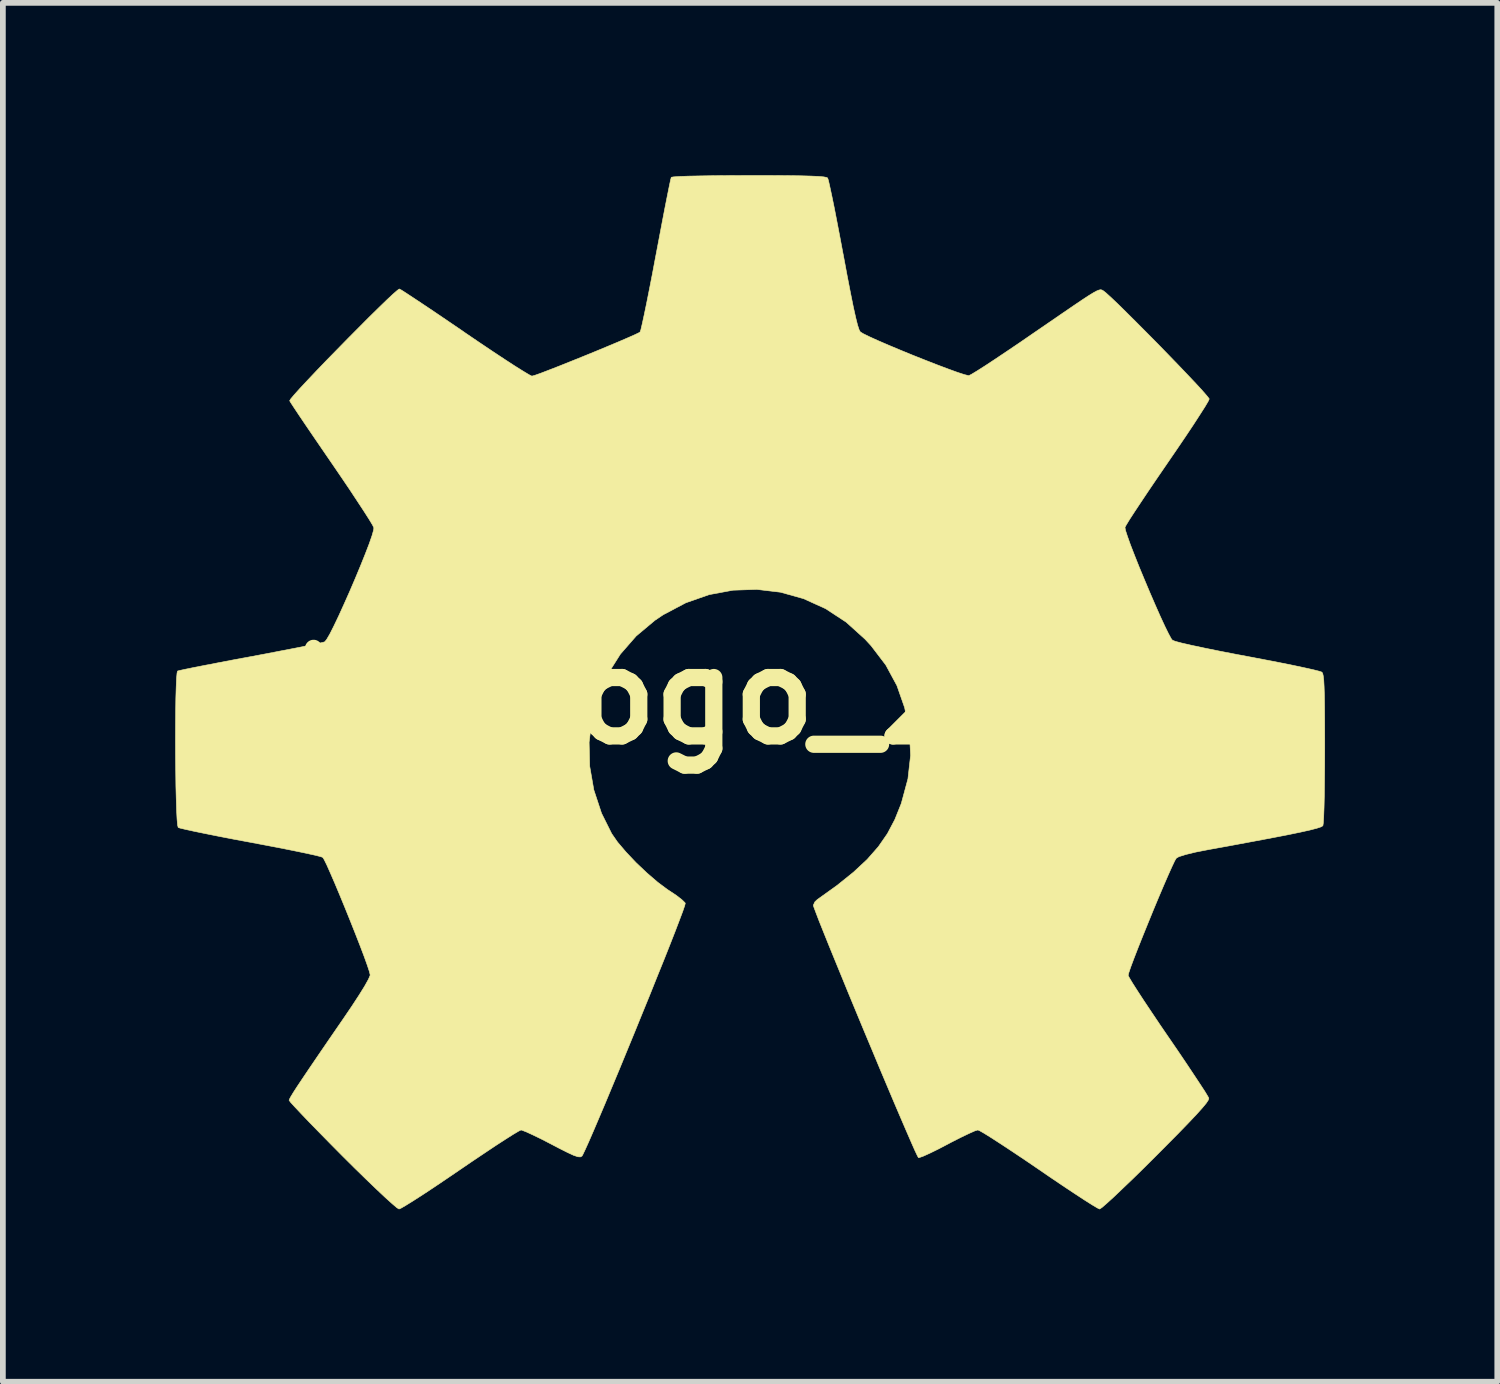
<source format=kicad_pcb>
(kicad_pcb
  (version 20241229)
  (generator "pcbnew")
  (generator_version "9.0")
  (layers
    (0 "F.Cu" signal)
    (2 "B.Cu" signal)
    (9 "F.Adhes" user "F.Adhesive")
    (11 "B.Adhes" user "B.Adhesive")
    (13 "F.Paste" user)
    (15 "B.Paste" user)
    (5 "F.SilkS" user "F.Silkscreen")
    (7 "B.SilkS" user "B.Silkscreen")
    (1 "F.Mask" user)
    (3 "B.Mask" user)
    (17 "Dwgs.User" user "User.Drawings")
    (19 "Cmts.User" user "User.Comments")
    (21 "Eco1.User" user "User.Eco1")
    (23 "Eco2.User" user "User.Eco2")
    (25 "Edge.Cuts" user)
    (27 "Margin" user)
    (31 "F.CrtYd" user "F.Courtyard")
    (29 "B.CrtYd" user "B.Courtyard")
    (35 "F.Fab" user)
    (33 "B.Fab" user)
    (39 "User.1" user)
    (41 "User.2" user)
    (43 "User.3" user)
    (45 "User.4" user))
  (footprint "ohw_logo_21mm"
    (layer "F.Cu")
    (at 9.956 9.071)
    (property "Reference" "ohw_logo_21mm" (at 0 0 0) (layer "F.SilkS") (effects (font (size 1.524 1.524) (thickness 0.3))))
    (attr through_hole)
    (fp_poly (pts (xy 0.395 -9.066) (xy 0.691 -9.064) (xy 0.928 -9.061) (xy 1.11 -9.056) (xy 1.243 -9.05) (xy 1.333 -9.042) (xy 1.384 -9.032) (xy 1.401 -9.022) (xy 1.415 -8.979) (xy 1.439 -8.873) (xy 1.473 -8.715) (xy 1.515 -8.511) (xy 1.562 -8.269) (xy 1.614 -7.998) (xy 1.669 -7.705) (xy 1.672 -7.691) (xy 1.741 -7.321) (xy 1.8 -7.017) (xy 1.849 -6.774) (xy 1.89 -6.59) (xy 1.923 -6.459) (xy 1.95 -6.378) (xy 1.969 -6.344) (xy 2.021 -6.312) (xy 2.127 -6.26) (xy 2.277 -6.192) (xy 2.46 -6.113) (xy 2.665 -6.027) (xy 2.882 -5.938) (xy 3.101 -5.851) (xy 3.311 -5.769) (xy 3.502 -5.697) (xy 3.662 -5.639) (xy 3.782 -5.6) (xy 3.851 -5.583) (xy 3.861 -5.583) (xy 3.906 -5.606) (xy 4.002 -5.664) (xy 4.142 -5.753) (xy 4.318 -5.869) (xy 4.524 -6.007) (xy 4.752 -6.161) (xy 4.967 -6.309) (xy 5.257 -6.508) (xy 5.493 -6.67) (xy 5.683 -6.8) (xy 5.831 -6.9) (xy 5.944 -6.974) (xy 6.027 -7.025) (xy 6.086 -7.057) (xy 6.127 -7.073) (xy 6.154 -7.078) (xy 6.175 -7.073) (xy 6.193 -7.063) (xy 6.2 -7.059) (xy 6.248 -7.021) (xy 6.336 -6.941) (xy 6.457 -6.826) (xy 6.604 -6.681) (xy 6.771 -6.515) (xy 6.951 -6.334) (xy 7.137 -6.146) (xy 7.322 -5.956) (xy 7.5 -5.772) (xy 7.663 -5.601) (xy 7.806 -5.45) (xy 7.921 -5.325) (xy 8.001 -5.233) (xy 8.041 -5.182) (xy 8.043 -5.175) (xy 8.024 -5.133) (xy 7.969 -5.04) (xy 7.882 -4.904) (xy 7.769 -4.729) (xy 7.633 -4.525) (xy 7.479 -4.298) (xy 7.32 -4.066) (xy 7.153 -3.822) (xy 6.998 -3.594) (xy 6.861 -3.389) (xy 6.745 -3.214) (xy 6.656 -3.077) (xy 6.599 -2.983) (xy 6.577 -2.942) (xy 6.585 -2.891) (xy 6.619 -2.787) (xy 6.672 -2.638) (xy 6.743 -2.455) (xy 6.825 -2.249) (xy 6.916 -2.03) (xy 7.01 -1.807) (xy 7.103 -1.592) (xy 7.191 -1.393) (xy 7.27 -1.222) (xy 7.336 -1.088) (xy 7.383 -1.002) (xy 7.403 -0.977) (xy 7.452 -0.957) (xy 7.565 -0.927) (xy 7.735 -0.888) (xy 7.956 -0.841) (xy 8.222 -0.787) (xy 8.526 -0.728) (xy 8.708 -0.694) (xy 8.997 -0.639) (xy 9.265 -0.587) (xy 9.504 -0.539) (xy 9.705 -0.496) (xy 9.862 -0.461) (xy 9.964 -0.435) (xy 10.004 -0.421) (xy 10.018 -0.4) (xy 10.028 -0.356) (xy 10.037 -0.283) (xy 10.043 -0.174) (xy 10.048 -0.024) (xy 10.051 0.175) (xy 10.053 0.428) (xy 10.054 0.742) (xy 10.054 0.913) (xy 10.053 1.209) (xy 10.05 1.484) (xy 10.047 1.73) (xy 10.042 1.938) (xy 10.036 2.1) (xy 10.029 2.208) (xy 10.022 2.253) (xy 10.022 2.253) (xy 9.992 2.272) (xy 9.919 2.296) (xy 9.8 2.327) (xy 9.63 2.365) (xy 9.408 2.411) (xy 9.129 2.465) (xy 8.789 2.529) (xy 8.386 2.604) (xy 8.043 2.666) (xy 7.812 2.711) (xy 7.635 2.754) (xy 7.517 2.791) (xy 7.471 2.817) (xy 7.444 2.862) (xy 7.396 2.963) (xy 7.33 3.11) (xy 7.251 3.292) (xy 7.163 3.499) (xy 7.07 3.722) (xy 6.977 3.95) (xy 6.887 4.172) (xy 6.804 4.38) (xy 6.733 4.563) (xy 6.678 4.71) (xy 6.643 4.813) (xy 6.632 4.858) (xy 6.652 4.898) (xy 6.707 4.99) (xy 6.793 5.125) (xy 6.905 5.297) (xy 7.04 5.499) (xy 7.191 5.724) (xy 7.325 5.92) (xy 7.489 6.159) (xy 7.639 6.381) (xy 7.772 6.581) (xy 7.883 6.749) (xy 7.968 6.879) (xy 8.02 6.965) (xy 8.036 6.996) (xy 8.028 7.027) (xy 7.993 7.081) (xy 7.925 7.163) (xy 7.823 7.277) (xy 7.682 7.426) (xy 7.5 7.614) (xy 7.271 7.845) (xy 7.123 7.994) (xy 6.911 8.205) (xy 6.713 8.399) (xy 6.534 8.57) (xy 6.382 8.715) (xy 6.261 8.825) (xy 6.178 8.897) (xy 6.137 8.925) (xy 6.136 8.925) (xy 6.095 8.906) (xy 6.003 8.851) (xy 5.867 8.765) (xy 5.695 8.652) (xy 5.493 8.518) (xy 5.268 8.366) (xy 5.08 8.237) (xy 4.842 8.075) (xy 4.621 7.927) (xy 4.424 7.797) (xy 4.257 7.689) (xy 4.129 7.609) (xy 4.045 7.561) (xy 4.016 7.549) (xy 3.963 7.565) (xy 3.862 7.61) (xy 3.724 7.676) (xy 3.562 7.758) (xy 3.487 7.798) (xy 3.322 7.884) (xy 3.177 7.955) (xy 3.064 8.006) (xy 2.995 8.03) (xy 2.982 8.031) (xy 2.963 7.997) (xy 2.919 7.904) (xy 2.855 7.759) (xy 2.772 7.568) (xy 2.673 7.338) (xy 2.561 7.076) (xy 2.439 6.787) (xy 2.309 6.479) (xy 2.175 6.157) (xy 2.038 5.83) (xy 1.902 5.502) (xy 1.769 5.181) (xy 1.643 4.873) (xy 1.525 4.585) (xy 1.418 4.323) (xy 1.326 4.094) (xy 1.25 3.904) (xy 1.195 3.76) (xy 1.161 3.669) (xy 1.152 3.637) (xy 1.179 3.578) (xy 1.22 3.539) (xy 1.566 3.291) (xy 1.853 3.06) (xy 2.09 2.839) (xy 2.284 2.618) (xy 2.442 2.39) (xy 2.571 2.145) (xy 2.679 1.876) (xy 2.686 1.855) (xy 2.799 1.437) (xy 2.845 1.029) (xy 2.825 0.627) (xy 2.742 0.199) (xy 2.607 -0.187) (xy 2.414 -0.544) (xy 2.158 -0.88) (xy 2.053 -0.994) (xy 1.724 -1.291) (xy 1.365 -1.526) (xy 0.981 -1.7) (xy 0.581 -1.812) (xy 0.169 -1.861) (xy -0.247 -1.847) (xy -0.661 -1.77) (xy -1.067 -1.628) (xy -1.459 -1.421) (xy -1.605 -1.323) (xy -1.932 -1.049) (xy -2.207 -0.734) (xy -2.428 -0.384) (xy -2.593 -0.007) (xy -2.701 0.39) (xy -2.751 0.8) (xy -2.741 1.216) (xy -2.669 1.63) (xy -2.535 2.036) (xy -2.358 2.391) (xy -2.256 2.538) (xy -2.109 2.711) (xy -1.935 2.895) (xy -1.746 3.074) (xy -1.559 3.235) (xy -1.388 3.363) (xy -1.351 3.387) (xy -1.232 3.466) (xy -1.138 3.539) (xy -1.083 3.592) (xy -1.077 3.603) (xy -1.087 3.644) (xy -1.121 3.743) (xy -1.178 3.894) (xy -1.253 4.091) (xy -1.345 4.326) (xy -1.451 4.593) (xy -1.569 4.885) (xy -1.694 5.197) (xy -1.826 5.52) (xy -1.96 5.85) (xy -2.095 6.178) (xy -2.227 6.499) (xy -2.355 6.806) (xy -2.474 7.092) (xy -2.584 7.351) (xy -2.68 7.576) (xy -2.76 7.76) (xy -2.822 7.897) (xy -2.862 7.981) (xy -2.876 8.004) (xy -2.903 8.018) (xy -2.947 8.015) (xy -3.019 7.991) (xy -3.127 7.941) (xy -3.282 7.863) (xy -3.4 7.801) (xy -3.57 7.713) (xy -3.722 7.639) (xy -3.841 7.584) (xy -3.918 7.554) (xy -3.936 7.549) (xy -3.977 7.569) (xy -4.07 7.624) (xy -4.206 7.71) (xy -4.379 7.822) (xy -4.581 7.957) (xy -4.806 8.108) (xy -4.995 8.237) (xy -5.233 8.399) (xy -5.454 8.548) (xy -5.651 8.678) (xy -5.818 8.785) (xy -5.947 8.865) (xy -6.03 8.913) (xy -6.06 8.925) (xy -6.099 8.901) (xy -6.181 8.831) (xy -6.302 8.722) (xy -6.455 8.578) (xy -6.635 8.405) (xy -6.837 8.208) (xy -7.048 7.998) (xy -7.257 7.787) (xy -7.45 7.59) (xy -7.621 7.415) (xy -7.764 7.265) (xy -7.874 7.148) (xy -7.946 7.069) (xy -7.973 7.033) (xy -7.973 7.032) (xy -7.966 7.011) (xy -7.943 6.968) (xy -7.902 6.9) (xy -7.839 6.802) (xy -7.751 6.67) (xy -7.636 6.499) (xy -7.49 6.284) (xy -7.311 6.022) (xy -7.095 5.708) (xy -7.031 5.615) (xy -6.881 5.394) (xy -6.755 5.201) (xy -6.657 5.043) (xy -6.592 4.926) (xy -6.563 4.858) (xy -6.562 4.85) (xy -6.575 4.794) (xy -6.611 4.685) (xy -6.666 4.531) (xy -6.737 4.344) (xy -6.819 4.134) (xy -6.908 3.91) (xy -7 3.682) (xy -7.091 3.461) (xy -7.177 3.256) (xy -7.254 3.078) (xy -7.317 2.936) (xy -7.364 2.841) (xy -7.388 2.803) (xy -7.434 2.788) (xy -7.54 2.762) (xy -7.7 2.727) (xy -7.903 2.685) (xy -8.143 2.637) (xy -8.411 2.586) (xy -8.649 2.541) (xy -8.934 2.488) (xy -9.197 2.437) (xy -9.431 2.39) (xy -9.626 2.35) (xy -9.776 2.317) (xy -9.872 2.294) (xy -9.904 2.283) (xy -9.915 2.241) (xy -9.924 2.138) (xy -9.932 1.984) (xy -9.938 1.787) (xy -9.944 1.559) (xy -9.947 1.307) (xy -9.95 1.041) (xy -9.951 0.772) (xy -9.95 0.507) (xy -9.948 0.257) (xy -9.945 0.032) (xy -9.939 -0.16) (xy -9.933 -0.309) (xy -9.924 -0.406) (xy -9.915 -0.44) (xy -9.873 -0.451) (xy -9.771 -0.473) (xy -9.615 -0.505) (xy -9.414 -0.544) (xy -9.176 -0.59) (xy -8.909 -0.641) (xy -8.654 -0.688) (xy -8.366 -0.742) (xy -8.098 -0.794) (xy -7.858 -0.84) (xy -7.655 -0.881) (xy -7.498 -0.914) (xy -7.394 -0.937) (xy -7.354 -0.948) (xy -7.32 -0.989) (xy -7.264 -1.085) (xy -7.192 -1.228) (xy -7.107 -1.406) (xy -7.015 -1.609) (xy -6.918 -1.827) (xy -6.822 -2.051) (xy -6.731 -2.27) (xy -6.649 -2.474) (xy -6.58 -2.653) (xy -6.53 -2.797) (xy -6.502 -2.896) (xy -6.498 -2.934) (xy -6.521 -2.982) (xy -6.58 -3.08) (xy -6.67 -3.221) (xy -6.787 -3.399) (xy -6.924 -3.607) (xy -7.079 -3.836) (xy -7.23 -4.057) (xy -7.396 -4.299) (xy -7.549 -4.523) (xy -7.686 -4.724) (xy -7.8 -4.893) (xy -7.887 -5.024) (xy -7.944 -5.111) (xy -7.964 -5.145) (xy -7.944 -5.178) (xy -7.88 -5.254) (xy -7.779 -5.366) (xy -7.647 -5.507) (xy -7.491 -5.672) (xy -7.318 -5.852) (xy -7.133 -6.041) (xy -6.945 -6.233) (xy -6.758 -6.421) (xy -6.581 -6.599) (xy -6.418 -6.759) (xy -6.278 -6.895) (xy -6.166 -7) (xy -6.089 -7.067) (xy -6.055 -7.091) (xy -6.019 -7.072) (xy -5.933 -7.017) (xy -5.801 -6.93) (xy -5.631 -6.817) (xy -5.428 -6.681) (xy -5.201 -6.527) (xy -4.954 -6.359) (xy -4.916 -6.332) (xy -4.666 -6.162) (xy -4.432 -6.005) (xy -4.222 -5.866) (xy -4.042 -5.749) (xy -3.898 -5.659) (xy -3.798 -5.599) (xy -3.749 -5.574) (xy -3.746 -5.574) (xy -3.698 -5.587) (xy -3.596 -5.623) (xy -3.45 -5.679) (xy -3.27 -5.749) (xy -3.068 -5.83) (xy -2.852 -5.917) (xy -2.634 -6.006) (xy -2.425 -6.093) (xy -2.234 -6.173) (xy -2.072 -6.243) (xy -1.95 -6.297) (xy -1.878 -6.332) (xy -1.864 -6.342) (xy -1.85 -6.382) (xy -1.826 -6.485) (xy -1.792 -6.641) (xy -1.75 -6.843) (xy -1.702 -7.084) (xy -1.649 -7.355) (xy -1.594 -7.648) (xy -1.586 -7.689) (xy -1.53 -7.984) (xy -1.478 -8.259) (xy -1.431 -8.504) (xy -1.39 -8.711) (xy -1.357 -8.874) (xy -1.334 -8.984) (xy -1.321 -9.033) (xy -1.321 -9.035) (xy -1.282 -9.042) (xy -1.18 -9.049) (xy -1.023 -9.055) (xy -0.817 -9.059) (xy -0.571 -9.063) (xy -0.291 -9.065) (xy 0.014 -9.066) (xy 0.033 -9.066) (xy 0.395 -9.066)) (stroke (width 0.01) (type solid)) (fill yes) (layer "F.SilkS")))
  (gr_rect
    (start -3 -3)
    (end 23.014 21.002)
    (stroke (width 0.1) (type default))
    (fill no)
    (layer "Edge.Cuts")))
</source>
